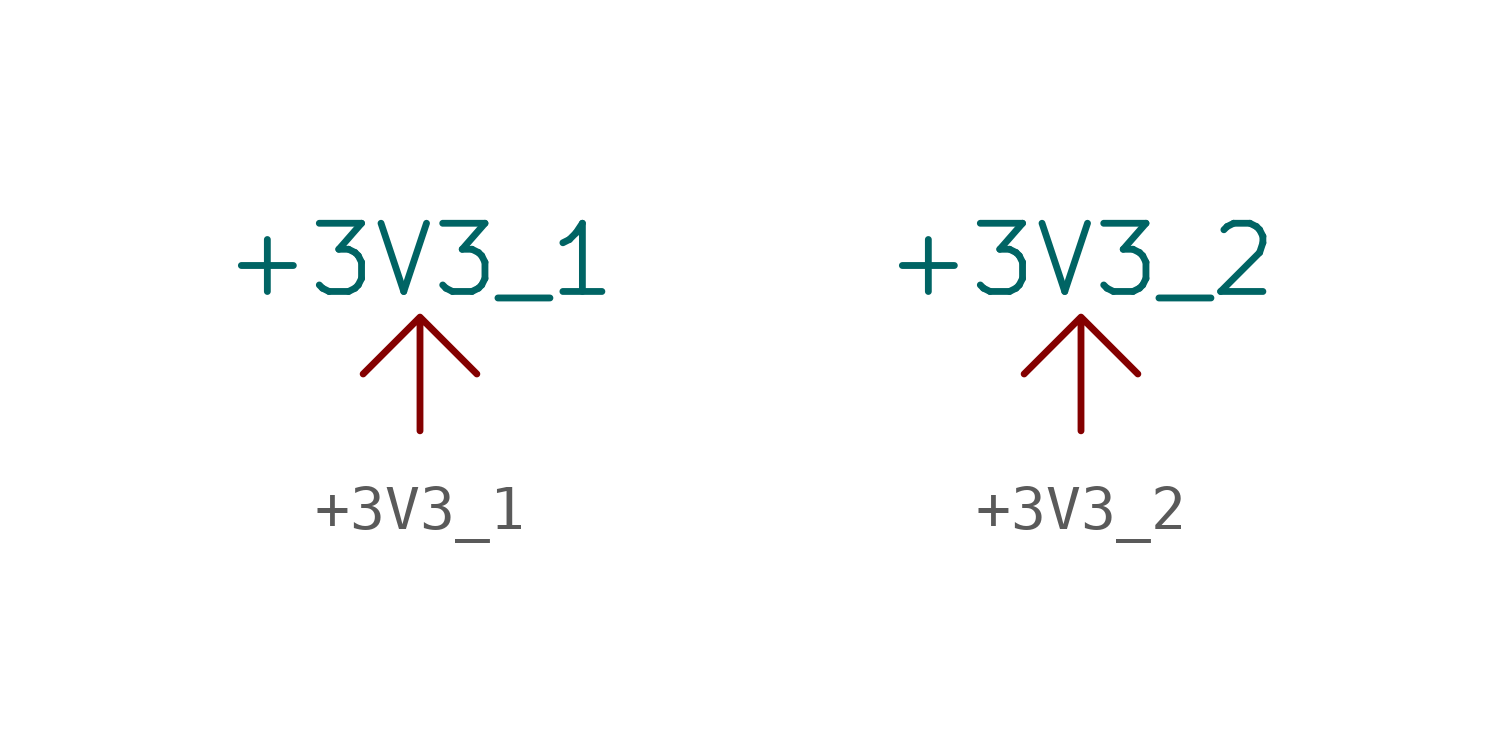
<source format=kicad_sym>
(kicad_symbol_lib
  (version 20211014)
  (generator kicad_symbol_editor)
  (symbol "+3V3_1"
    (power)
    (pin_names
      (offset 1.016))
    (property "Reference" "#PWR"
      (at -8.89 -3.81 0)
      (effects (font (size 1.524 1.524)) hide))
    (property "Value" "+3V3_1"
      (at 0 3.81 0)
      (effects (font (size 1.524 1.524))))
    (property "Footprint" ""
      (at 0 0 0)
      (effects (font (size 1.524 1.524))))
    (property "Datasheet" ""
      (at 0 0 0)
      (effects (font (size 1.524 1.524))))
    (symbol "+3V3_1_0_1"
      (polyline (pts (xy 0 0) (xy 0 2.54) (xy -1.27 1.27) (xy 0 2.54) (xy 1.27 1.27)) (stroke (width 0) (type default) (color 0 0 0 0)) (fill (type none))))
    (symbol "+3V3_1_1_1"
      (pin power_in line (at 0 0 90) (length 5.08) hide (name "+3V3_1" (effects (font (size 1.27 1.27)))) (number "1" (effects (font (size 1.27 1.27)))))))
  (symbol "+3V3_2"
    (power)
    (pin_names
      (offset 1.016))
    (property "Reference" "#PWR"
      (at -7.62 -5.08 0)
      (effects (font (size 1.524 1.524)) hide))
    (property "Value" "+3V3_2"
      (at 0 3.81 0)
      (effects (font (size 1.524 1.524))))
    (property "Footprint" ""
      (at 0 0 0)
      (effects (font (size 1.524 1.524))))
    (property "Datasheet" ""
      (at 0 0 0)
      (effects (font (size 1.524 1.524))))
    (symbol "+3V3_2_0_1"
      (polyline (pts (xy 0 0) (xy 0 2.54) (xy -1.27 1.27) (xy 0 2.54) (xy 1.27 1.27)) (stroke (width 0) (type default) (color 0 0 0 0)) (fill (type none))))
    (symbol "+3V3_2_1_1"
      (pin power_in line (at 0 0 90) (length 5.08) hide (name "+3V3_1" (effects (font (size 1.27 1.27)))) (number "1" (effects (font (size 1.27 1.27))))))))
</source>
